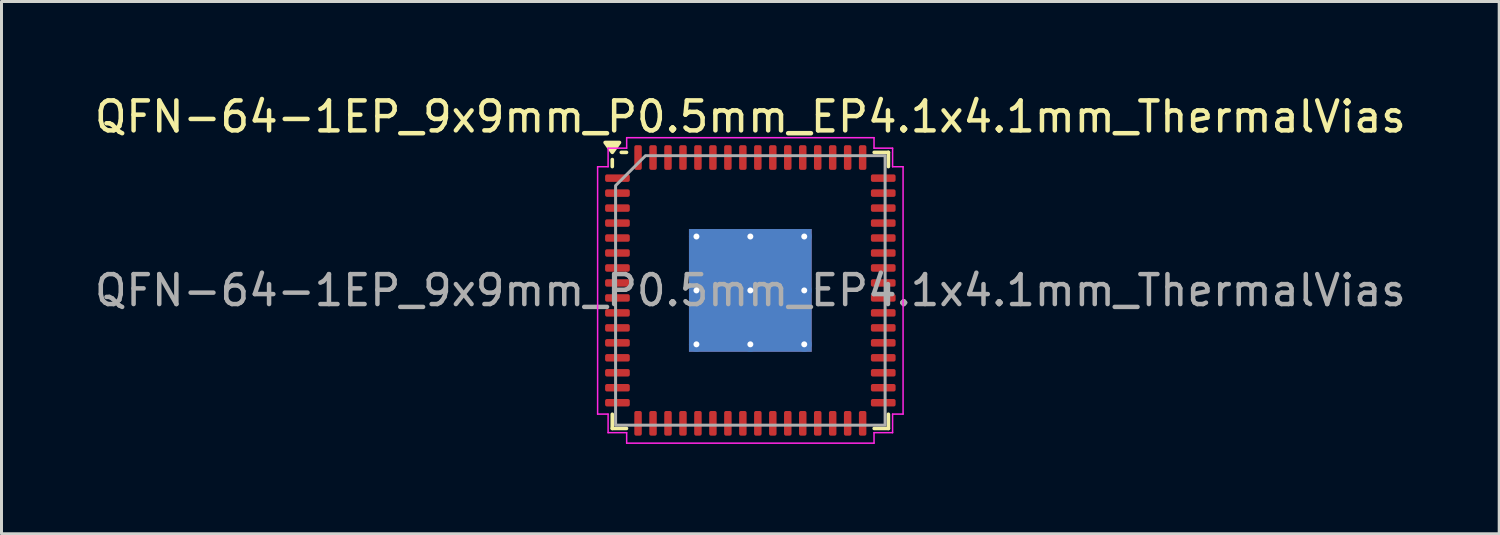
<source format=kicad_pcb>
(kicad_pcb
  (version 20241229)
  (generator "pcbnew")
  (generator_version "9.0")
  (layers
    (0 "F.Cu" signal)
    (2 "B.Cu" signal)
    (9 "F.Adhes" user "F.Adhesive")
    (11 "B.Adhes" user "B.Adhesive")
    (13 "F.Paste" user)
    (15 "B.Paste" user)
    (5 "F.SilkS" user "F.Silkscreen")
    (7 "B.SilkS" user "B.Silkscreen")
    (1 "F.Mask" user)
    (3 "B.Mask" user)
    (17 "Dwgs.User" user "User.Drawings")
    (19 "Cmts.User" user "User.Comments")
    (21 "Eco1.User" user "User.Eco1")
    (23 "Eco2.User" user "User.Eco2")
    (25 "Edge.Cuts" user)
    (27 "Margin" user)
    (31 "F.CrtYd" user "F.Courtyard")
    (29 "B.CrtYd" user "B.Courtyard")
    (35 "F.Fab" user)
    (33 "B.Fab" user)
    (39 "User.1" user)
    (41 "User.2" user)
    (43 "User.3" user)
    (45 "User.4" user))
  (footprint "QFN-64-1EP_9x9mm_P0.5mm_EP4.1x4.1mm_ThermalVias"
    (layer "F.Cu")
    (at 22.006 6.648)
    (property "Reference" "QFN-64-1EP_9x9mm_P0.5mm_EP4.1x4.1mm_ThermalVias" (at 0 -5.8 0) (layer "F.SilkS") (effects (font (size 1 1) (thickness 0.15))))
    (attr smd)
    (fp_line (start -4.61 -4.135) (end -4.61 -4.37) (stroke (width 0.12) (type solid)) (layer "F.SilkS"))
    (fp_line (start -4.61 4.61) (end -4.61 4.135) (stroke (width 0.12) (type solid)) (layer "F.SilkS"))
    (fp_line (start -4.135 -4.61) (end -4.31 -4.61) (stroke (width 0.12) (type solid)) (layer "F.SilkS"))
    (fp_line (start -4.135 4.61) (end -4.61 4.61) (stroke (width 0.12) (type solid)) (layer "F.SilkS"))
    (fp_line (start 4.135 -4.61) (end 4.61 -4.61) (stroke (width 0.12) (type solid)) (layer "F.SilkS"))
    (fp_line (start 4.135 4.61) (end 4.61 4.61) (stroke (width 0.12) (type solid)) (layer "F.SilkS"))
    (fp_line (start 4.61 -4.61) (end 4.61 -4.135) (stroke (width 0.12) (type solid)) (layer "F.SilkS"))
    (fp_line (start 4.61 4.61) (end 4.61 4.135) (stroke (width 0.12) (type solid)) (layer "F.SilkS"))
    (fp_poly (pts (xy -4.61 -4.61) (xy -4.85 -4.94) (xy -4.37 -4.94)) (stroke (width 0.12) (type solid)) (fill yes) (layer "F.SilkS"))
    (fp_line (start -5.1 -4.13) (end -4.75 -4.13) (stroke (width 0.05) (type solid)) (layer "F.CrtYd"))
    (fp_line (start -5.1 4.13) (end -5.1 -4.13) (stroke (width 0.05) (type solid)) (layer "F.CrtYd"))
    (fp_line (start -4.75 -4.75) (end -4.13 -4.75) (stroke (width 0.05) (type solid)) (layer "F.CrtYd"))
    (fp_line (start -4.75 -4.13) (end -4.75 -4.75) (stroke (width 0.05) (type solid)) (layer "F.CrtYd"))
    (fp_line (start -4.75 4.13) (end -5.1 4.13) (stroke (width 0.05) (type solid)) (layer "F.CrtYd"))
    (fp_line (start -4.75 4.75) (end -4.75 4.13) (stroke (width 0.05) (type solid)) (layer "F.CrtYd"))
    (fp_line (start -4.13 -5.1) (end 4.13 -5.1) (stroke (width 0.05) (type solid)) (layer "F.CrtYd"))
    (fp_line (start -4.13 -4.75) (end -4.13 -5.1) (stroke (width 0.05) (type solid)) (layer "F.CrtYd"))
    (fp_line (start -4.13 4.75) (end -4.75 4.75) (stroke (width 0.05) (type solid)) (layer "F.CrtYd"))
    (fp_line (start -4.13 5.1) (end -4.13 4.75) (stroke (width 0.05) (type solid)) (layer "F.CrtYd"))
    (fp_line (start 4.13 -5.1) (end 4.13 -4.75) (stroke (width 0.05) (type solid)) (layer "F.CrtYd"))
    (fp_line (start 4.13 -4.75) (end 4.75 -4.75) (stroke (width 0.05) (type solid)) (layer "F.CrtYd"))
    (fp_line (start 4.13 4.75) (end 4.13 5.1) (stroke (width 0.05) (type solid)) (layer "F.CrtYd"))
    (fp_line (start 4.13 5.1) (end -4.13 5.1) (stroke (width 0.05) (type solid)) (layer "F.CrtYd"))
    (fp_line (start 4.75 -4.75) (end 4.75 -4.13) (stroke (width 0.05) (type solid)) (layer "F.CrtYd"))
    (fp_line (start 4.75 -4.13) (end 5.1 -4.13) (stroke (width 0.05) (type solid)) (layer "F.CrtYd"))
    (fp_line (start 4.75 4.13) (end 4.75 4.75) (stroke (width 0.05) (type solid)) (layer "F.CrtYd"))
    (fp_line (start 4.75 4.75) (end 4.13 4.75) (stroke (width 0.05) (type solid)) (layer "F.CrtYd"))
    (fp_line (start 5.1 -4.13) (end 5.1 4.13) (stroke (width 0.05) (type solid)) (layer "F.CrtYd"))
    (fp_line (start 5.1 4.13) (end 4.75 4.13) (stroke (width 0.05) (type solid)) (layer "F.CrtYd"))
    (fp_poly (pts (xy -4.5 -3.5) (xy -4.5 4.5) (xy 4.5 4.5) (xy 4.5 -4.5) (xy -3.5 -4.5)) (stroke (width 0.1) (type solid)) (fill no) (layer "F.Fab"))
    (fp_text user "${REFERENCE}" (at 0 0 0) (layer "F.Fab") (effects (font (size 1 1) (thickness 0.15))))
    (pad "" smd roundrect (at -1.37 -1.37) (size 1.1 1.1) (layers "F.Paste") (roundrect_rratio 0.227))
    (pad "" smd roundrect (at -1.37 0) (size 1.1 1.1) (layers "F.Paste") (roundrect_rratio 0.227))
    (pad "" smd roundrect (at -1.37 1.37) (size 1.1 1.1) (layers "F.Paste") (roundrect_rratio 0.227))
    (pad "" smd roundrect (at 0 -1.37) (size 1.1 1.1) (layers "F.Paste") (roundrect_rratio 0.227))
    (pad "" smd roundrect (at 0 0) (size 1.1 1.1) (layers "F.Paste") (roundrect_rratio 0.227))
    (pad "" smd roundrect (at 0 1.37) (size 1.1 1.1) (layers "F.Paste") (roundrect_rratio 0.227))
    (pad "" smd roundrect (at 1.37 -1.37) (size 1.1 1.1) (layers "F.Paste") (roundrect_rratio 0.227))
    (pad "" smd roundrect (at 1.37 0) (size 1.1 1.1) (layers "F.Paste") (roundrect_rratio 0.227))
    (pad "" smd roundrect (at 1.37 1.37) (size 1.1 1.1) (layers "F.Paste") (roundrect_rratio 0.227))
    (pad "1" smd roundrect (at -4.438 -3.75) (size 0.825 0.25) (layers "F.Cu" "F.Mask" "F.Paste") (roundrect_rratio 0.25))
    (pad "2" smd roundrect (at -4.438 -3.25) (size 0.825 0.25) (layers "F.Cu" "F.Mask" "F.Paste") (roundrect_rratio 0.25))
    (pad "3" smd roundrect (at -4.438 -2.75) (size 0.825 0.25) (layers "F.Cu" "F.Mask" "F.Paste") (roundrect_rratio 0.25))
    (pad "4" smd roundrect (at -4.438 -2.25) (size 0.825 0.25) (layers "F.Cu" "F.Mask" "F.Paste") (roundrect_rratio 0.25))
    (pad "5" smd roundrect (at -4.438 -1.75) (size 0.825 0.25) (layers "F.Cu" "F.Mask" "F.Paste") (roundrect_rratio 0.25))
    (pad "6" smd roundrect (at -4.438 -1.25) (size 0.825 0.25) (layers "F.Cu" "F.Mask" "F.Paste") (roundrect_rratio 0.25))
    (pad "7" smd roundrect (at -4.438 -0.75) (size 0.825 0.25) (layers "F.Cu" "F.Mask" "F.Paste") (roundrect_rratio 0.25))
    (pad "8" smd roundrect (at -4.438 -0.25) (size 0.825 0.25) (layers "F.Cu" "F.Mask" "F.Paste") (roundrect_rratio 0.25))
    (pad "9" smd roundrect (at -4.438 0.25) (size 0.825 0.25) (layers "F.Cu" "F.Mask" "F.Paste") (roundrect_rratio 0.25))
    (pad "10" smd roundrect (at -4.438 0.75) (size 0.825 0.25) (layers "F.Cu" "F.Mask" "F.Paste") (roundrect_rratio 0.25))
    (pad "11" smd roundrect (at -4.438 1.25) (size 0.825 0.25) (layers "F.Cu" "F.Mask" "F.Paste") (roundrect_rratio 0.25))
    (pad "12" smd roundrect (at -4.438 1.75) (size 0.825 0.25) (layers "F.Cu" "F.Mask" "F.Paste") (roundrect_rratio 0.25))
    (pad "13" smd roundrect (at -4.438 2.25) (size 0.825 0.25) (layers "F.Cu" "F.Mask" "F.Paste") (roundrect_rratio 0.25))
    (pad "14" smd roundrect (at -4.438 2.75) (size 0.825 0.25) (layers "F.Cu" "F.Mask" "F.Paste") (roundrect_rratio 0.25))
    (pad "15" smd roundrect (at -4.438 3.25) (size 0.825 0.25) (layers "F.Cu" "F.Mask" "F.Paste") (roundrect_rratio 0.25))
    (pad "16" smd roundrect (at -4.438 3.75) (size 0.825 0.25) (layers "F.Cu" "F.Mask" "F.Paste") (roundrect_rratio 0.25))
    (pad "17" smd roundrect (at -3.75 4.438) (size 0.25 0.825) (layers "F.Cu" "F.Mask" "F.Paste") (roundrect_rratio 0.25))
    (pad "18" smd roundrect (at -3.25 4.438) (size 0.25 0.825) (layers "F.Cu" "F.Mask" "F.Paste") (roundrect_rratio 0.25))
    (pad "19" smd roundrect (at -2.75 4.438) (size 0.25 0.825) (layers "F.Cu" "F.Mask" "F.Paste") (roundrect_rratio 0.25))
    (pad "20" smd roundrect (at -2.25 4.438) (size 0.25 0.825) (layers "F.Cu" "F.Mask" "F.Paste") (roundrect_rratio 0.25))
    (pad "21" smd roundrect (at -1.75 4.438) (size 0.25 0.825) (layers "F.Cu" "F.Mask" "F.Paste") (roundrect_rratio 0.25))
    (pad "22" smd roundrect (at -1.25 4.438) (size 0.25 0.825) (layers "F.Cu" "F.Mask" "F.Paste") (roundrect_rratio 0.25))
    (pad "23" smd roundrect (at -0.75 4.438) (size 0.25 0.825) (layers "F.Cu" "F.Mask" "F.Paste") (roundrect_rratio 0.25))
    (pad "24" smd roundrect (at -0.25 4.438) (size 0.25 0.825) (layers "F.Cu" "F.Mask" "F.Paste") (roundrect_rratio 0.25))
    (pad "25" smd roundrect (at 0.25 4.438) (size 0.25 0.825) (layers "F.Cu" "F.Mask" "F.Paste") (roundrect_rratio 0.25))
    (pad "26" smd roundrect (at 0.75 4.438) (size 0.25 0.825) (layers "F.Cu" "F.Mask" "F.Paste") (roundrect_rratio 0.25))
    (pad "27" smd roundrect (at 1.25 4.438) (size 0.25 0.825) (layers "F.Cu" "F.Mask" "F.Paste") (roundrect_rratio 0.25))
    (pad "28" smd roundrect (at 1.75 4.438) (size 0.25 0.825) (layers "F.Cu" "F.Mask" "F.Paste") (roundrect_rratio 0.25))
    (pad "29" smd roundrect (at 2.25 4.438) (size 0.25 0.825) (layers "F.Cu" "F.Mask" "F.Paste") (roundrect_rratio 0.25))
    (pad "30" smd roundrect (at 2.75 4.438) (size 0.25 0.825) (layers "F.Cu" "F.Mask" "F.Paste") (roundrect_rratio 0.25))
    (pad "31" smd roundrect (at 3.25 4.438) (size 0.25 0.825) (layers "F.Cu" "F.Mask" "F.Paste") (roundrect_rratio 0.25))
    (pad "32" smd roundrect (at 3.75 4.438) (size 0.25 0.825) (layers "F.Cu" "F.Mask" "F.Paste") (roundrect_rratio 0.25))
    (pad "33" smd roundrect (at 4.438 3.75) (size 0.825 0.25) (layers "F.Cu" "F.Mask" "F.Paste") (roundrect_rratio 0.25))
    (pad "34" smd roundrect (at 4.438 3.25) (size 0.825 0.25) (layers "F.Cu" "F.Mask" "F.Paste") (roundrect_rratio 0.25))
    (pad "35" smd roundrect (at 4.438 2.75) (size 0.825 0.25) (layers "F.Cu" "F.Mask" "F.Paste") (roundrect_rratio 0.25))
    (pad "36" smd roundrect (at 4.438 2.25) (size 0.825 0.25) (layers "F.Cu" "F.Mask" "F.Paste") (roundrect_rratio 0.25))
    (pad "37" smd roundrect (at 4.438 1.75) (size 0.825 0.25) (layers "F.Cu" "F.Mask" "F.Paste") (roundrect_rratio 0.25))
    (pad "38" smd roundrect (at 4.438 1.25) (size 0.825 0.25) (layers "F.Cu" "F.Mask" "F.Paste") (roundrect_rratio 0.25))
    (pad "39" smd roundrect (at 4.438 0.75) (size 0.825 0.25) (layers "F.Cu" "F.Mask" "F.Paste") (roundrect_rratio 0.25))
    (pad "40" smd roundrect (at 4.438 0.25) (size 0.825 0.25) (layers "F.Cu" "F.Mask" "F.Paste") (roundrect_rratio 0.25))
    (pad "41" smd roundrect (at 4.438 -0.25) (size 0.825 0.25) (layers "F.Cu" "F.Mask" "F.Paste") (roundrect_rratio 0.25))
    (pad "42" smd roundrect (at 4.438 -0.75) (size 0.825 0.25) (layers "F.Cu" "F.Mask" "F.Paste") (roundrect_rratio 0.25))
    (pad "43" smd roundrect (at 4.438 -1.25) (size 0.825 0.25) (layers "F.Cu" "F.Mask" "F.Paste") (roundrect_rratio 0.25))
    (pad "44" smd roundrect (at 4.438 -1.75) (size 0.825 0.25) (layers "F.Cu" "F.Mask" "F.Paste") (roundrect_rratio 0.25))
    (pad "45" smd roundrect (at 4.438 -2.25) (size 0.825 0.25) (layers "F.Cu" "F.Mask" "F.Paste") (roundrect_rratio 0.25))
    (pad "46" smd roundrect (at 4.438 -2.75) (size 0.825 0.25) (layers "F.Cu" "F.Mask" "F.Paste") (roundrect_rratio 0.25))
    (pad "47" smd roundrect (at 4.438 -3.25) (size 0.825 0.25) (layers "F.Cu" "F.Mask" "F.Paste") (roundrect_rratio 0.25))
    (pad "48" smd roundrect (at 4.438 -3.75) (size 0.825 0.25) (layers "F.Cu" "F.Mask" "F.Paste") (roundrect_rratio 0.25))
    (pad "49" smd roundrect (at 3.75 -4.438) (size 0.25 0.825) (layers "F.Cu" "F.Mask" "F.Paste") (roundrect_rratio 0.25))
    (pad "50" smd roundrect (at 3.25 -4.438) (size 0.25 0.825) (layers "F.Cu" "F.Mask" "F.Paste") (roundrect_rratio 0.25))
    (pad "51" smd roundrect (at 2.75 -4.438) (size 0.25 0.825) (layers "F.Cu" "F.Mask" "F.Paste") (roundrect_rratio 0.25))
    (pad "52" smd roundrect (at 2.25 -4.438) (size 0.25 0.825) (layers "F.Cu" "F.Mask" "F.Paste") (roundrect_rratio 0.25))
    (pad "53" smd roundrect (at 1.75 -4.438) (size 0.25 0.825) (layers "F.Cu" "F.Mask" "F.Paste") (roundrect_rratio 0.25))
    (pad "54" smd roundrect (at 1.25 -4.438) (size 0.25 0.825) (layers "F.Cu" "F.Mask" "F.Paste") (roundrect_rratio 0.25))
    (pad "55" smd roundrect (at 0.75 -4.438) (size 0.25 0.825) (layers "F.Cu" "F.Mask" "F.Paste") (roundrect_rratio 0.25))
    (pad "56" smd roundrect (at 0.25 -4.438) (size 0.25 0.825) (layers "F.Cu" "F.Mask" "F.Paste") (roundrect_rratio 0.25))
    (pad "57" smd roundrect (at -0.25 -4.438) (size 0.25 0.825) (layers "F.Cu" "F.Mask" "F.Paste") (roundrect_rratio 0.25))
    (pad "58" smd roundrect (at -0.75 -4.438) (size 0.25 0.825) (layers "F.Cu" "F.Mask" "F.Paste") (roundrect_rratio 0.25))
    (pad "59" smd roundrect (at -1.25 -4.438) (size 0.25 0.825) (layers "F.Cu" "F.Mask" "F.Paste") (roundrect_rratio 0.25))
    (pad "60" smd roundrect (at -1.75 -4.438) (size 0.25 0.825) (layers "F.Cu" "F.Mask" "F.Paste") (roundrect_rratio 0.25))
    (pad "61" smd roundrect (at -2.25 -4.438) (size 0.25 0.825) (layers "F.Cu" "F.Mask" "F.Paste") (roundrect_rratio 0.25))
    (pad "62" smd roundrect (at -2.75 -4.438) (size 0.25 0.825) (layers "F.Cu" "F.Mask" "F.Paste") (roundrect_rratio 0.25))
    (pad "63" smd roundrect (at -3.25 -4.438) (size 0.25 0.825) (layers "F.Cu" "F.Mask" "F.Paste") (roundrect_rratio 0.25))
    (pad "64" smd roundrect (at -3.75 -4.438) (size 0.25 0.825) (layers "F.Cu" "F.Mask" "F.Paste") (roundrect_rratio 0.25))
    (pad "65" thru_hole circle (at -1.8 -1.8) (size 0.5 0.5) (drill 0.2) (property pad_prop_heatsink) (layers "*.Cu"))
    (pad "65" thru_hole circle (at -1.8 0) (size 0.5 0.5) (drill 0.2) (property pad_prop_heatsink) (layers "*.Cu"))
    (pad "65" thru_hole circle (at -1.8 1.8) (size 0.5 0.5) (drill 0.2) (property pad_prop_heatsink) (layers "*.Cu"))
    (pad "65" thru_hole circle (at 0 -1.8) (size 0.5 0.5) (drill 0.2) (property pad_prop_heatsink) (layers "*.Cu"))
    (pad "65" thru_hole circle (at 0 0) (size 0.5 0.5) (drill 0.2) (property pad_prop_heatsink) (layers "*.Cu"))
    (pad "65" smd rect (at 0 0) (size 4.1 4.1) (property pad_prop_heatsink) (layers "F.Cu" "F.Mask"))
    (pad "65" smd rect (at 0 0) (size 4.1 4.1) (property pad_prop_heatsink) (layers "B.Cu"))
    (pad "65" thru_hole circle (at 0 1.8) (size 0.5 0.5) (drill 0.2) (property pad_prop_heatsink) (layers "*.Cu"))
    (pad "65" thru_hole circle (at 1.8 -1.8) (size 0.5 0.5) (drill 0.2) (property pad_prop_heatsink) (layers "*.Cu"))
    (pad "65" thru_hole circle (at 1.8 0) (size 0.5 0.5) (drill 0.2) (property pad_prop_heatsink) (layers "*.Cu"))
    (pad "65" thru_hole circle (at 1.8 1.8) (size 0.5 0.5) (drill 0.2) (property pad_prop_heatsink) (layers "*.Cu")))
  (gr_rect
    (start -3 -3)
    (end 47.012 14.773)
    (stroke (width 0.1) (type default))
    (fill no)
    (layer "Edge.Cuts")))
</source>
